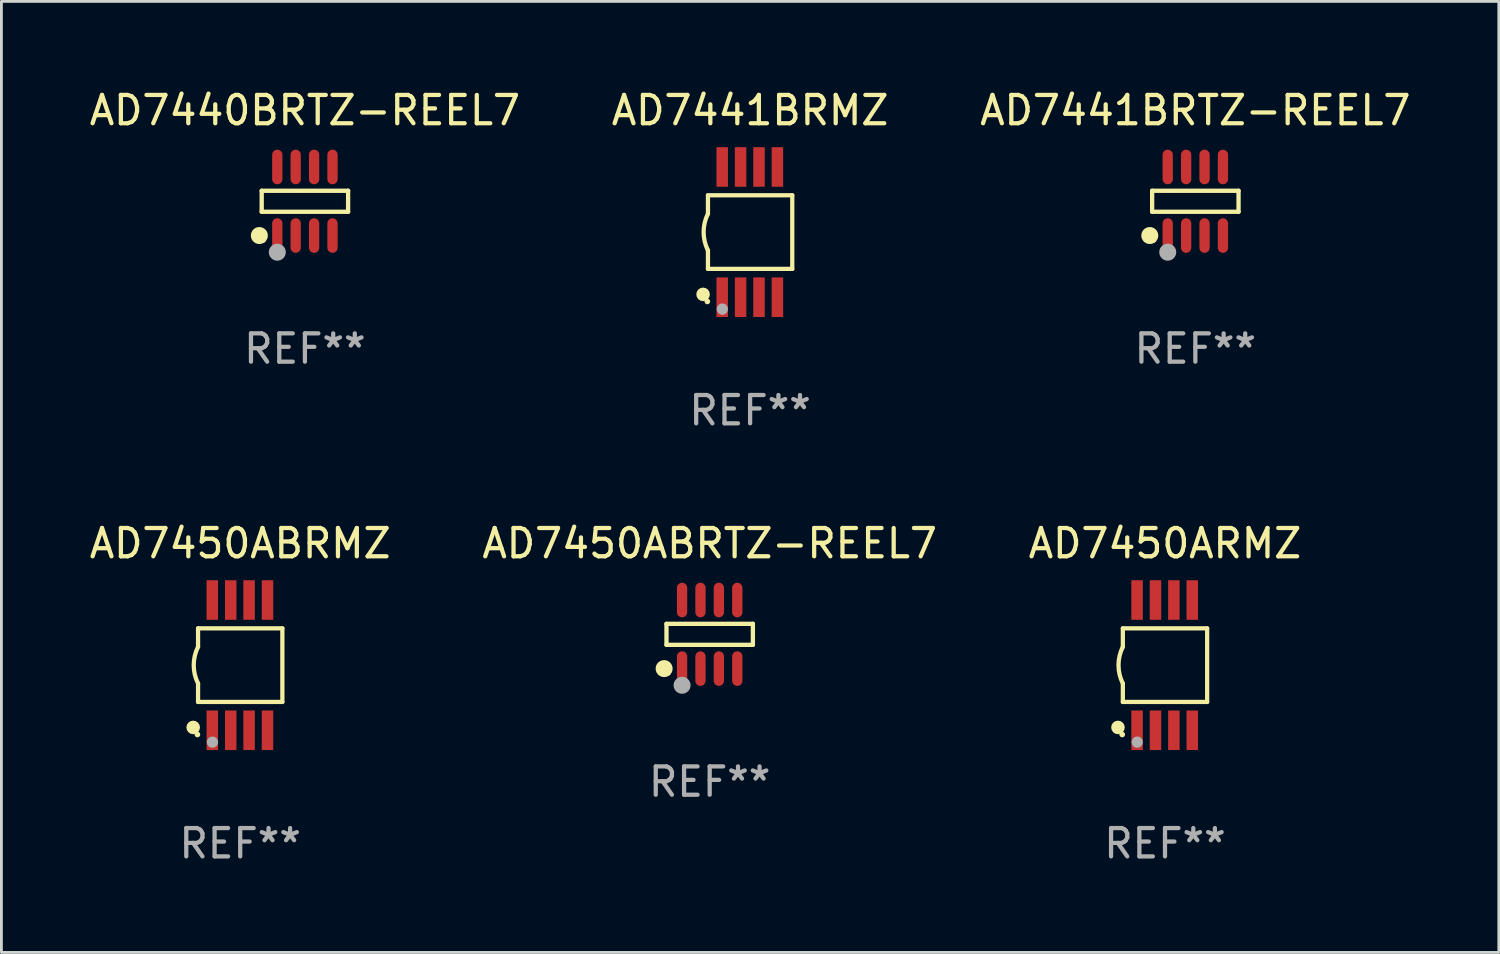
<source format=kicad_pcb>
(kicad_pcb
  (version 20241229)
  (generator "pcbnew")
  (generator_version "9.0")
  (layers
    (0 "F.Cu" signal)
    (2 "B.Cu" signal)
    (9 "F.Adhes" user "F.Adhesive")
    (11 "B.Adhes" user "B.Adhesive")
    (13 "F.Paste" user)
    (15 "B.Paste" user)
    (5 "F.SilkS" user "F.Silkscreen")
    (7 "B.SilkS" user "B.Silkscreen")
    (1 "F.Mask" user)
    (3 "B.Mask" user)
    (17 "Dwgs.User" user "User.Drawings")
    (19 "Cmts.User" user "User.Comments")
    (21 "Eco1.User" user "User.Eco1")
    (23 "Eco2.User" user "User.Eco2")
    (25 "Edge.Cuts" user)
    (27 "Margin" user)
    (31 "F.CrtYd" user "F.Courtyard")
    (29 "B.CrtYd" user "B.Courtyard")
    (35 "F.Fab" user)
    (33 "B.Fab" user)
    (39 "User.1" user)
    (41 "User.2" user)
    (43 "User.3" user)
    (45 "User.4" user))
  (footprint "AD7441BRTZ-REEL7"
    (layer "F.Cu")
    (at 39.173 4.059)
    (property "Reference" "AD7441BRTZ-REEL7" (at 0 -3.211 0) (layer "F.SilkS") (effects (font (size 1 1) (thickness 0.15))))
    (attr through_hole)
    (fp_line (start -1.526 -0.371) (end 1.526 -0.371) (stroke (width 0.152) (type solid)) (layer "F.SilkS"))
    (fp_line (start -1.526 0.371) (end -1.526 -0.371) (stroke (width 0.152) (type solid)) (layer "F.SilkS"))
    (fp_line (start 1.526 -0.371) (end 1.526 0.371) (stroke (width 0.152) (type solid)) (layer "F.SilkS"))
    (fp_line (start 1.526 0.371) (end -1.526 0.371) (stroke (width 0.152) (type solid)) (layer "F.SilkS"))
    (fp_circle (center -1.609 1.211) (end -1.459 1.211) (stroke (width 0.3) (type solid)) (fill no) (layer "F.SilkS"))
    (fp_circle (center -1.45 1.4) (end -1.42 1.4) (stroke (width 0.06) (type solid)) (fill no) (layer "F.SilkS"))
    (fp_circle (center -0.975 1.8) (end -0.825 1.8) (stroke (width 0.3) (type solid)) (fill no) (layer "F.Fab"))
    (fp_text user "REF**" (at 0 5.211 0) (layer "F.Fab") (effects (font (size 1 1) (thickness 0.15))))
    (pad "1" smd oval (at -0.975 1.211) (size 0.364 1.222) (layers "F.Cu" "F.Mask" "F.Paste"))
    (pad "2" smd oval (at -0.325 1.211) (size 0.364 1.222) (layers "F.Cu" "F.Mask" "F.Paste"))
    (pad "3" smd oval (at 0.325 1.211) (size 0.364 1.222) (layers "F.Cu" "F.Mask" "F.Paste"))
    (pad "4" smd oval (at 0.975 1.211) (size 0.364 1.222) (layers "F.Cu" "F.Mask" "F.Paste"))
    (pad "5" smd oval (at 0.975 -1.211) (size 0.364 1.222) (layers "F.Cu" "F.Mask" "F.Paste"))
    (pad "6" smd oval (at 0.325 -1.211) (size 0.364 1.222) (layers "F.Cu" "F.Mask" "F.Paste"))
    (pad "7" smd oval (at -0.325 -1.211) (size 0.364 1.222) (layers "F.Cu" "F.Mask" "F.Paste"))
    (pad "8" smd oval (at -0.975 -1.211) (size 0.364 1.222) (layers "F.Cu" "F.Mask" "F.Paste")))
  (footprint "AD7450ARMZ"
    (layer "F.Cu")
    (at 38.101 20.445)
    (property "Reference" "AD7450ARMZ" (at 0 -4.3 0) (layer "F.SilkS") (effects (font (size 1 1) (thickness 0.15))))
    (attr through_hole)
    (fp_line (start -1.489 -1.3) (end -1.489 -0.648) (stroke (width 0.15) (type solid)) (layer "F.SilkS"))
    (fp_line (start -1.489 0.648) (end -1.489 1.3) (stroke (width 0.15) (type solid)) (layer "F.SilkS"))
    (fp_line (start -1.489 1.3) (end 1.489 1.3) (stroke (width 0.15) (type solid)) (layer "F.SilkS"))
    (fp_line (start 1.489 -1.3) (end -1.489 -1.3) (stroke (width 0.15) (type solid)) (layer "F.SilkS"))
    (fp_line (start 1.489 1.3) (end 1.489 -1.3) (stroke (width 0.15) (type solid)) (layer "F.SilkS"))
    (fp_arc (start -1.489205 0.647702) (mid -1.642107 0) (end -1.489205 -0.647701) (stroke (width 0.150013) (type solid)) (layer "F.SilkS"))
    (fp_circle (center -1.661 2.2) (end -1.541 2.2) (stroke (width 0.24) (type solid)) (fill no) (layer "F.SilkS"))
    (fp_circle (center -1.511 2.45) (end -1.461 2.45) (stroke (width 0.1) (type solid)) (fill no) (layer "F.SilkS"))
    (fp_circle (center -0.981 2.72) (end -0.881 2.72) (stroke (width 0.2) (type solid)) (fill no) (layer "F.Fab"))
    (fp_text user "REF**" (at 0 6.3 0) (layer "F.Fab") (effects (font (size 1 1) (thickness 0.15))))
    (pad "1" smd rect (at -0.986 2.3) (size 0.406 1.397) (layers "F.Cu" "F.Mask" "F.Paste"))
    (pad "2" smd rect (at -0.336 2.3) (size 0.406 1.397) (layers "F.Cu" "F.Mask" "F.Paste"))
    (pad "3" smd rect (at 0.314 2.3) (size 0.406 1.397) (layers "F.Cu" "F.Mask" "F.Paste"))
    (pad "4" smd rect (at 0.964 2.3) (size 0.406 1.397) (layers "F.Cu" "F.Mask" "F.Paste"))
    (pad "5" smd rect (at 0.964 -2.3) (size 0.406 1.397) (layers "F.Cu" "F.Mask" "F.Paste"))
    (pad "6" smd rect (at 0.314 -2.3) (size 0.406 1.397) (layers "F.Cu" "F.Mask" "F.Paste"))
    (pad "7" smd rect (at -0.336 -2.3) (size 0.406 1.397) (layers "F.Cu" "F.Mask" "F.Paste"))
    (pad "8" smd rect (at -0.986 -2.3) (size 0.406 1.397) (layers "F.Cu" "F.Mask" "F.Paste")))
  (footprint "AD7441BRMZ"
    (layer "F.Cu")
    (at 23.446 5.148)
    (property "Reference" "AD7441BRMZ" (at 0 -4.3 0) (layer "F.SilkS") (effects (font (size 1 1) (thickness 0.15))))
    (attr through_hole)
    (fp_line (start -1.489 -1.3) (end -1.489 -0.648) (stroke (width 0.15) (type solid)) (layer "F.SilkS"))
    (fp_line (start -1.489 0.648) (end -1.489 1.3) (stroke (width 0.15) (type solid)) (layer "F.SilkS"))
    (fp_line (start -1.489 1.3) (end 1.489 1.3) (stroke (width 0.15) (type solid)) (layer "F.SilkS"))
    (fp_line (start 1.489 -1.3) (end -1.489 -1.3) (stroke (width 0.15) (type solid)) (layer "F.SilkS"))
    (fp_line (start 1.489 1.3) (end 1.489 -1.3) (stroke (width 0.15) (type solid)) (layer "F.SilkS"))
    (fp_arc (start -1.489205 0.647702) (mid -1.642107 0) (end -1.489205 -0.647701) (stroke (width 0.150013) (type solid)) (layer "F.SilkS"))
    (fp_circle (center -1.661 2.2) (end -1.541 2.2) (stroke (width 0.24) (type solid)) (fill no) (layer "F.SilkS"))
    (fp_circle (center -1.511 2.45) (end -1.461 2.45) (stroke (width 0.1) (type solid)) (fill no) (layer "F.SilkS"))
    (fp_circle (center -0.981 2.72) (end -0.881 2.72) (stroke (width 0.2) (type solid)) (fill no) (layer "F.Fab"))
    (fp_text user "REF**" (at 0 6.3 0) (layer "F.Fab") (effects (font (size 1 1) (thickness 0.15))))
    (pad "1" smd rect (at -0.986 2.3) (size 0.406 1.397) (layers "F.Cu" "F.Mask" "F.Paste"))
    (pad "2" smd rect (at -0.336 2.3) (size 0.406 1.397) (layers "F.Cu" "F.Mask" "F.Paste"))
    (pad "3" smd rect (at 0.314 2.3) (size 0.406 1.397) (layers "F.Cu" "F.Mask" "F.Paste"))
    (pad "4" smd rect (at 0.964 2.3) (size 0.406 1.397) (layers "F.Cu" "F.Mask" "F.Paste"))
    (pad "5" smd rect (at 0.964 -2.3) (size 0.406 1.397) (layers "F.Cu" "F.Mask" "F.Paste"))
    (pad "6" smd rect (at 0.314 -2.3) (size 0.406 1.397) (layers "F.Cu" "F.Mask" "F.Paste"))
    (pad "7" smd rect (at -0.336 -2.3) (size 0.406 1.397) (layers "F.Cu" "F.Mask" "F.Paste"))
    (pad "8" smd rect (at -0.986 -2.3) (size 0.406 1.397) (layers "F.Cu" "F.Mask" "F.Paste")))
  (footprint "AD7450ABRTZ-REEL7"
    (layer "F.Cu")
    (at 22.018 19.356)
    (property "Reference" "AD7450ABRTZ-REEL7" (at 0 -3.211 0) (layer "F.SilkS") (effects (font (size 1 1) (thickness 0.15))))
    (attr through_hole)
    (fp_line (start -1.526 -0.371) (end 1.526 -0.371) (stroke (width 0.152) (type solid)) (layer "F.SilkS"))
    (fp_line (start -1.526 0.371) (end -1.526 -0.371) (stroke (width 0.152) (type solid)) (layer "F.SilkS"))
    (fp_line (start 1.526 -0.371) (end 1.526 0.371) (stroke (width 0.152) (type solid)) (layer "F.SilkS"))
    (fp_line (start 1.526 0.371) (end -1.526 0.371) (stroke (width 0.152) (type solid)) (layer "F.SilkS"))
    (fp_circle (center -1.609 1.211) (end -1.459 1.211) (stroke (width 0.3) (type solid)) (fill no) (layer "F.SilkS"))
    (fp_circle (center -1.45 1.4) (end -1.42 1.4) (stroke (width 0.06) (type solid)) (fill no) (layer "F.SilkS"))
    (fp_circle (center -0.975 1.8) (end -0.825 1.8) (stroke (width 0.3) (type solid)) (fill no) (layer "F.Fab"))
    (fp_text user "REF**" (at 0 5.211 0) (layer "F.Fab") (effects (font (size 1 1) (thickness 0.15))))
    (pad "1" smd oval (at -0.975 1.211) (size 0.364 1.222) (layers "F.Cu" "F.Mask" "F.Paste"))
    (pad "2" smd oval (at -0.325 1.211) (size 0.364 1.222) (layers "F.Cu" "F.Mask" "F.Paste"))
    (pad "3" smd oval (at 0.325 1.211) (size 0.364 1.222) (layers "F.Cu" "F.Mask" "F.Paste"))
    (pad "4" smd oval (at 0.975 1.211) (size 0.364 1.222) (layers "F.Cu" "F.Mask" "F.Paste"))
    (pad "5" smd oval (at 0.975 -1.211) (size 0.364 1.222) (layers "F.Cu" "F.Mask" "F.Paste"))
    (pad "6" smd oval (at 0.325 -1.211) (size 0.364 1.222) (layers "F.Cu" "F.Mask" "F.Paste"))
    (pad "7" smd oval (at -0.325 -1.211) (size 0.364 1.222) (layers "F.Cu" "F.Mask" "F.Paste"))
    (pad "8" smd oval (at -0.975 -1.211) (size 0.364 1.222) (layers "F.Cu" "F.Mask" "F.Paste")))
  (footprint "AD7440BRTZ-REEL7"
    (layer "F.Cu")
    (at 7.72 4.059)
    (property "Reference" "AD7440BRTZ-REEL7" (at 0 -3.211 0) (layer "F.SilkS") (effects (font (size 1 1) (thickness 0.15))))
    (attr through_hole)
    (fp_line (start -1.526 -0.371) (end 1.526 -0.371) (stroke (width 0.152) (type solid)) (layer "F.SilkS"))
    (fp_line (start -1.526 0.371) (end -1.526 -0.371) (stroke (width 0.152) (type solid)) (layer "F.SilkS"))
    (fp_line (start 1.526 -0.371) (end 1.526 0.371) (stroke (width 0.152) (type solid)) (layer "F.SilkS"))
    (fp_line (start 1.526 0.371) (end -1.526 0.371) (stroke (width 0.152) (type solid)) (layer "F.SilkS"))
    (fp_circle (center -1.609 1.211) (end -1.459 1.211) (stroke (width 0.3) (type solid)) (fill no) (layer "F.SilkS"))
    (fp_circle (center -1.45 1.4) (end -1.42 1.4) (stroke (width 0.06) (type solid)) (fill no) (layer "F.SilkS"))
    (fp_circle (center -0.975 1.8) (end -0.825 1.8) (stroke (width 0.3) (type solid)) (fill no) (layer "F.Fab"))
    (fp_text user "REF**" (at 0 5.211 0) (layer "F.Fab") (effects (font (size 1 1) (thickness 0.15))))
    (pad "1" smd oval (at -0.975 1.211) (size 0.364 1.222) (layers "F.Cu" "F.Mask" "F.Paste"))
    (pad "2" smd oval (at -0.325 1.211) (size 0.364 1.222) (layers "F.Cu" "F.Mask" "F.Paste"))
    (pad "3" smd oval (at 0.325 1.211) (size 0.364 1.222) (layers "F.Cu" "F.Mask" "F.Paste"))
    (pad "4" smd oval (at 0.975 1.211) (size 0.364 1.222) (layers "F.Cu" "F.Mask" "F.Paste"))
    (pad "5" smd oval (at 0.975 -1.211) (size 0.364 1.222) (layers "F.Cu" "F.Mask" "F.Paste"))
    (pad "6" smd oval (at 0.325 -1.211) (size 0.364 1.222) (layers "F.Cu" "F.Mask" "F.Paste"))
    (pad "7" smd oval (at -0.325 -1.211) (size 0.364 1.222) (layers "F.Cu" "F.Mask" "F.Paste"))
    (pad "8" smd oval (at -0.975 -1.211) (size 0.364 1.222) (layers "F.Cu" "F.Mask" "F.Paste")))
  (footprint "AD7450ABRMZ"
    (layer "F.Cu")
    (at 5.435 20.445)
    (property "Reference" "AD7450ABRMZ" (at 0 -4.3 0) (layer "F.SilkS") (effects (font (size 1 1) (thickness 0.15))))
    (attr through_hole)
    (fp_line (start -1.489 -1.3) (end -1.489 -0.648) (stroke (width 0.15) (type solid)) (layer "F.SilkS"))
    (fp_line (start -1.489 0.648) (end -1.489 1.3) (stroke (width 0.15) (type solid)) (layer "F.SilkS"))
    (fp_line (start -1.489 1.3) (end 1.489 1.3) (stroke (width 0.15) (type solid)) (layer "F.SilkS"))
    (fp_line (start 1.489 -1.3) (end -1.489 -1.3) (stroke (width 0.15) (type solid)) (layer "F.SilkS"))
    (fp_line (start 1.489 1.3) (end 1.489 -1.3) (stroke (width 0.15) (type solid)) (layer "F.SilkS"))
    (fp_arc (start -1.489205 0.647702) (mid -1.642107 0) (end -1.489205 -0.647701) (stroke (width 0.150013) (type solid)) (layer "F.SilkS"))
    (fp_circle (center -1.661 2.2) (end -1.541 2.2) (stroke (width 0.24) (type solid)) (fill no) (layer "F.SilkS"))
    (fp_circle (center -1.511 2.45) (end -1.461 2.45) (stroke (width 0.1) (type solid)) (fill no) (layer "F.SilkS"))
    (fp_circle (center -0.981 2.72) (end -0.881 2.72) (stroke (width 0.2) (type solid)) (fill no) (layer "F.Fab"))
    (fp_text user "REF**" (at 0 6.3 0) (layer "F.Fab") (effects (font (size 1 1) (thickness 0.15))))
    (pad "1" smd rect (at -0.986 2.3) (size 0.406 1.397) (layers "F.Cu" "F.Mask" "F.Paste"))
    (pad "2" smd rect (at -0.336 2.3) (size 0.406 1.397) (layers "F.Cu" "F.Mask" "F.Paste"))
    (pad "3" smd rect (at 0.314 2.3) (size 0.406 1.397) (layers "F.Cu" "F.Mask" "F.Paste"))
    (pad "4" smd rect (at 0.964 2.3) (size 0.406 1.397) (layers "F.Cu" "F.Mask" "F.Paste"))
    (pad "5" smd rect (at 0.964 -2.3) (size 0.406 1.397) (layers "F.Cu" "F.Mask" "F.Paste"))
    (pad "6" smd rect (at 0.314 -2.3) (size 0.406 1.397) (layers "F.Cu" "F.Mask" "F.Paste"))
    (pad "7" smd rect (at -0.336 -2.3) (size 0.406 1.397) (layers "F.Cu" "F.Mask" "F.Paste"))
    (pad "8" smd rect (at -0.986 -2.3) (size 0.406 1.397) (layers "F.Cu" "F.Mask" "F.Paste")))
  (gr_rect
    (start -3 -3)
    (end 49.893 30.593)
    (stroke (width 0.1) (type default))
    (fill no)
    (layer "Edge.Cuts")))
</source>
